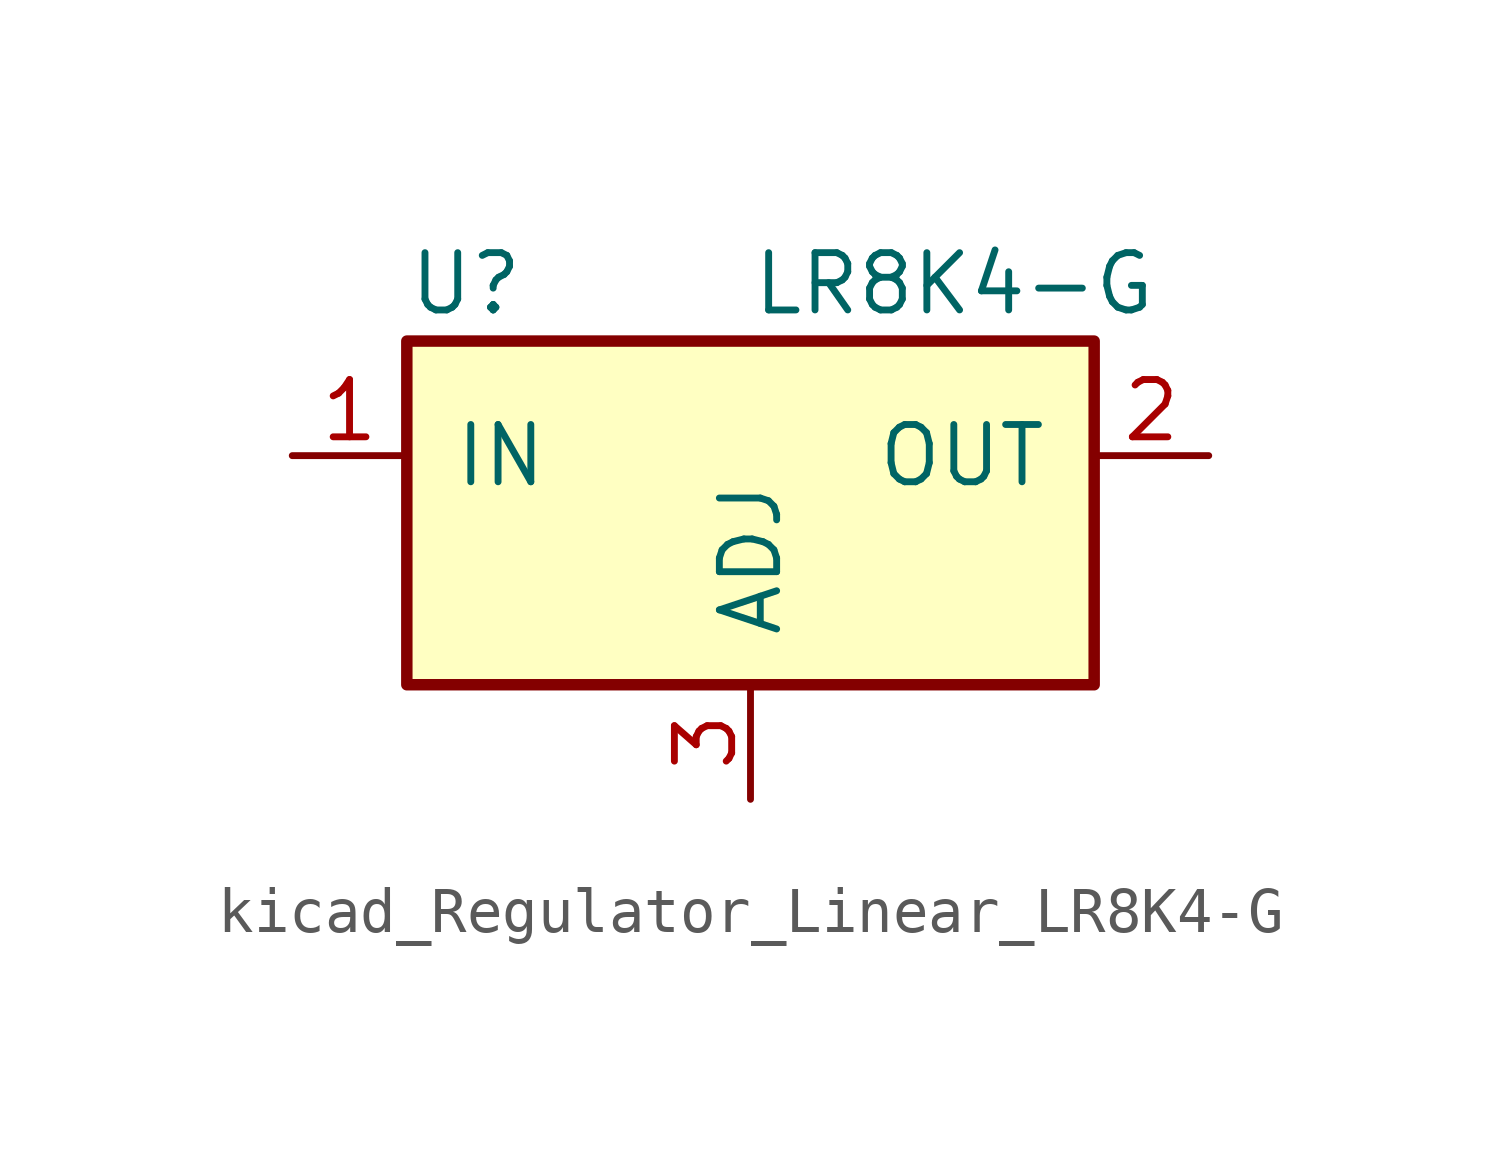
<source format=kicad_sym>
(kicad_symbol_lib
  (version 20220914)
  (generator kicad_symbol_editor)
  (symbol "kicad_Regulator_Linear_LR8K4-G"
    (pin_names
      (offset 1.016))
    (property "Reference" "U"
      (at -7.62 3.81 0)
      (effects (font (size 1.27 1.27)) (justify left)))
    (property "Value" "LR8K4-G"
      (at 0 3.81 0)
      (effects (font (size 1.27 1.27)) (justify left)))
    (symbol "kicad_Regulator_Linear_LR8K4-G_0_1"
      (rectangle (start -7.62 2.54) (end 7.62 -5.08) (stroke (width 0.254) (type default)) (fill (type background))))
    (symbol "kicad_Regulator_Linear_LR8K4-G_1_1"
      (pin input line (at -10.16 0 0) (length 2.54) (name "IN" (effects (font (size 1.27 1.27)))) (number "1" (effects (font (size 1.27 1.27)))))
      (pin power_out line (at 10.16 0 180) (length 2.54) (name "OUT" (effects (font (size 1.27 1.27)))) (number "2" (effects (font (size 1.27 1.27)))))
      (pin input line (at 0 -7.62 90) (length 2.54) (name "ADJ" (effects (font (size 1.27 1.27)))) (number "3" (effects (font (size 1.27 1.27))))))))
</source>
